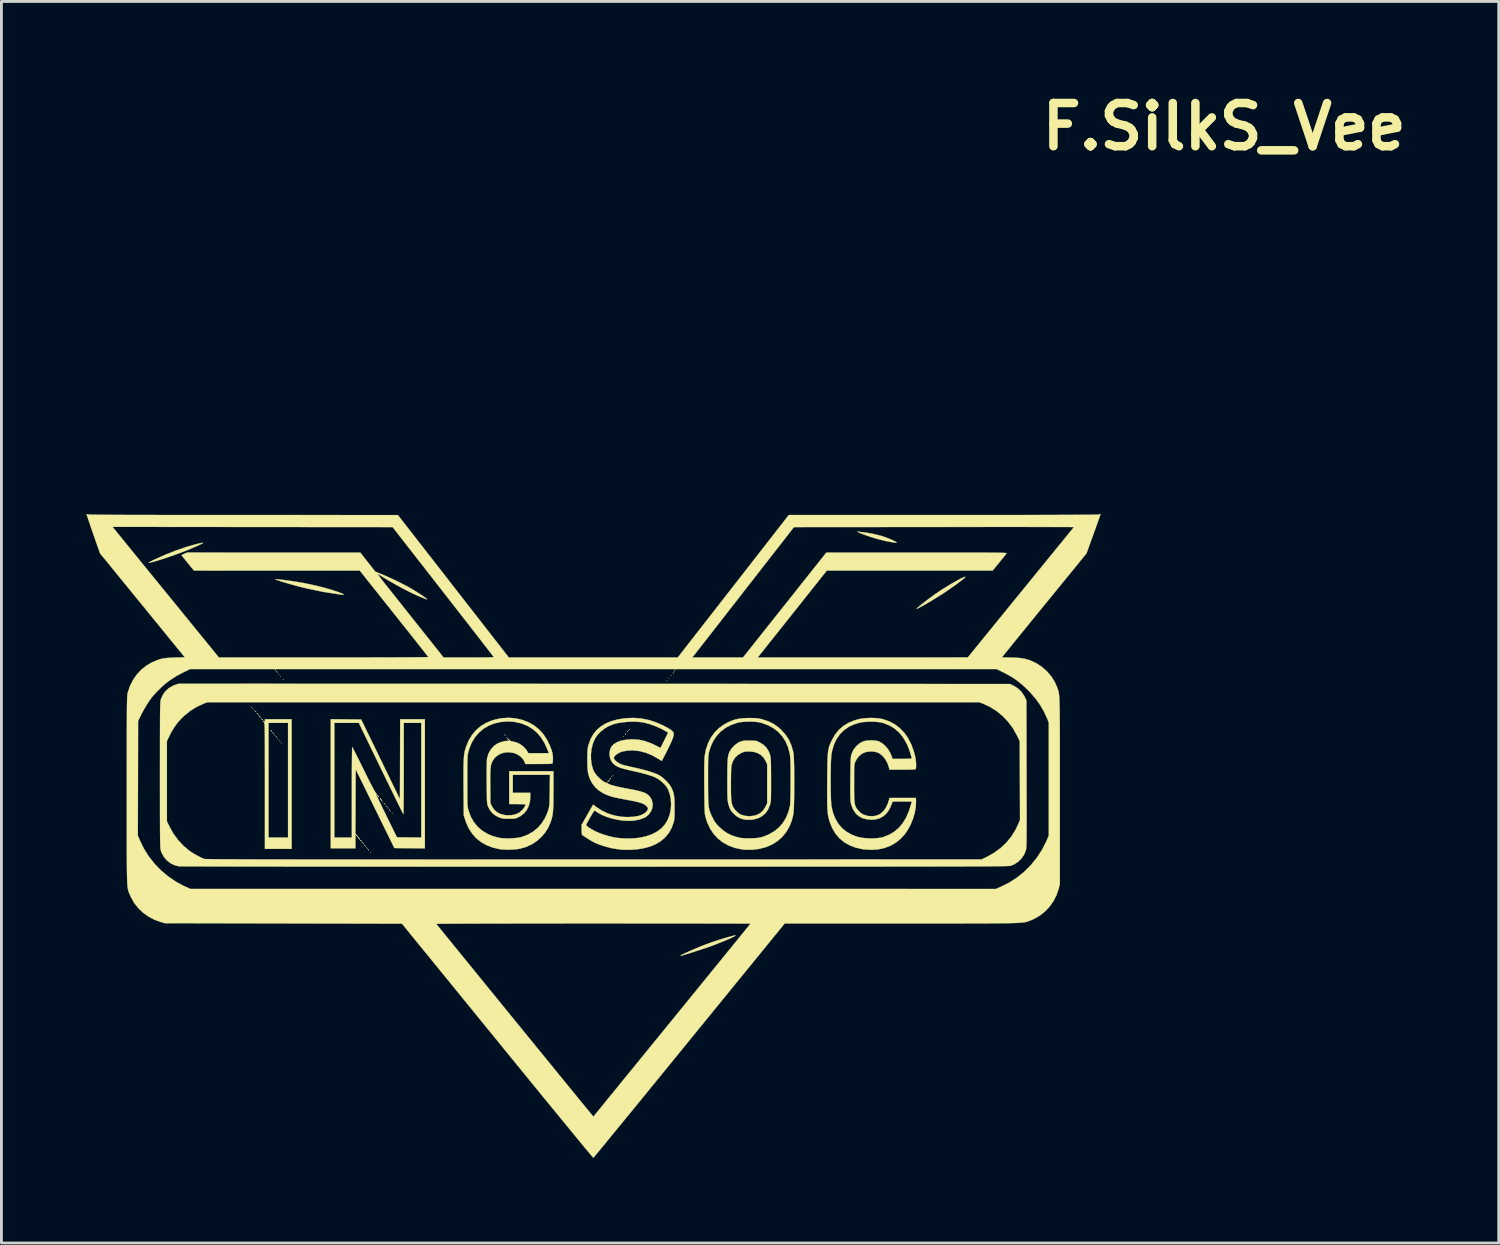
<source format=kicad_pcb>
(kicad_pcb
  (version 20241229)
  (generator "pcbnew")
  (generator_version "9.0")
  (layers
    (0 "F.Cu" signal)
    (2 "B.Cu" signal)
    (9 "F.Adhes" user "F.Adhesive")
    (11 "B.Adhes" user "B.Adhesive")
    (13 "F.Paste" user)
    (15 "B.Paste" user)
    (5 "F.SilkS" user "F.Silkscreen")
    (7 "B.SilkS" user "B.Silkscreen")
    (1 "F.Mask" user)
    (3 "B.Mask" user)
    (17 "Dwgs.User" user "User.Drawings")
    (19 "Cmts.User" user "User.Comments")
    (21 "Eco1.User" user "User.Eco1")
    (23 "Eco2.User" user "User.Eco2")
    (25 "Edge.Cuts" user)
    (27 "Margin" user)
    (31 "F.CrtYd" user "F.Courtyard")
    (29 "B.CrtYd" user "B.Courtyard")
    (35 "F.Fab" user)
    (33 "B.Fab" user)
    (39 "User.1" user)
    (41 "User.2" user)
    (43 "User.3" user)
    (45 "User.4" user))
  (footprint "F.SilkS_Vee"
    (layer "F.Cu")
    (at 40.13 1.418)
    (property "Reference" "F.SilkS_Vee" (at 0 0 0) (layer "F.SilkS") (effects (font (size 1.524 1.524) (thickness 0.3))))
    (attr through_hole)
    (fp_poly (pts (xy -34.29 20.474) (xy -34.299 20.483) (xy -34.308 20.474) (xy -34.299 20.465) (xy -34.29 20.474)) (stroke (width 0.01) (type solid)) (fill yes) (layer "F.SilkS"))
    (fp_poly (pts (xy -34.254 20.511) (xy -34.263 20.52) (xy -34.272 20.511) (xy -34.263 20.501) (xy -34.254 20.511)) (stroke (width 0.01) (type solid)) (fill yes) (layer "F.SilkS"))
    (fp_poly (pts (xy -34.199 20.583) (xy -34.208 20.592) (xy -34.217 20.583) (xy -34.208 20.574) (xy -34.199 20.583)) (stroke (width 0.01) (type solid)) (fill yes) (layer "F.SilkS"))
    (fp_poly (pts (xy -34.054 20.746) (xy -34.063 20.755) (xy -34.072 20.746) (xy -34.063 20.737) (xy -34.054 20.746)) (stroke (width 0.01) (type solid)) (fill yes) (layer "F.SilkS"))
    (fp_poly (pts (xy -33.963 20.855) (xy -33.972 20.864) (xy -33.982 20.855) (xy -33.972 20.846) (xy -33.963 20.855)) (stroke (width 0.01) (type solid)) (fill yes) (layer "F.SilkS"))
    (fp_poly (pts (xy -33.564 21.363) (xy -33.573 21.372) (xy -33.582 21.363) (xy -33.573 21.354) (xy -33.564 21.363)) (stroke (width 0.01) (type solid)) (fill yes) (layer "F.SilkS"))
    (fp_poly (pts (xy -33.474 21.472) (xy -33.483 21.481) (xy -33.492 21.472) (xy -33.483 21.463) (xy -33.474 21.472)) (stroke (width 0.01) (type solid)) (fill yes) (layer "F.SilkS"))
    (fp_poly (pts (xy -33.383 19.259) (xy -33.392 19.268) (xy -33.401 19.259) (xy -33.392 19.25) (xy -33.383 19.259)) (stroke (width 0.01) (type solid)) (fill yes) (layer "F.SilkS"))
    (fp_poly (pts (xy -33.383 21.581) (xy -33.392 21.59) (xy -33.401 21.581) (xy -33.392 21.572) (xy -33.383 21.581)) (stroke (width 0.01) (type solid)) (fill yes) (layer "F.SilkS"))
    (fp_poly (pts (xy -33.328 19.331) (xy -33.337 19.34) (xy -33.347 19.331) (xy -33.337 19.322) (xy -33.328 19.331)) (stroke (width 0.01) (type solid)) (fill yes) (layer "F.SilkS"))
    (fp_poly (pts (xy -33.328 21.635) (xy -33.337 21.644) (xy -33.347 21.635) (xy -33.337 21.626) (xy -33.328 21.635)) (stroke (width 0.01) (type solid)) (fill yes) (layer "F.SilkS"))
    (fp_poly (pts (xy -33.292 21.69) (xy -33.301 21.699) (xy -33.31 21.69) (xy -33.301 21.681) (xy -33.292 21.69)) (stroke (width 0.01) (type solid)) (fill yes) (layer "F.SilkS"))
    (fp_poly (pts (xy -33.274 19.386) (xy -33.283 19.395) (xy -33.292 19.386) (xy -33.283 19.377) (xy -33.274 19.386)) (stroke (width 0.01) (type solid)) (fill yes) (layer "F.SilkS"))
    (fp_poly (pts (xy -33.238 21.744) (xy -33.247 21.753) (xy -33.256 21.744) (xy -33.247 21.735) (xy -33.238 21.744)) (stroke (width 0.01) (type solid)) (fill yes) (layer "F.SilkS"))
    (fp_poly (pts (xy -33.183 19.494) (xy -33.192 19.504) (xy -33.201 19.494) (xy -33.192 19.485) (xy -33.183 19.494)) (stroke (width 0.01) (type solid)) (fill yes) (layer "F.SilkS"))
    (fp_poly (pts (xy -30.28 25.391) (xy -30.29 25.4) (xy -30.299 25.391) (xy -30.29 25.382) (xy -30.28 25.391)) (stroke (width 0.01) (type solid)) (fill yes) (layer "F.SilkS"))
    (fp_poly (pts (xy -30.244 25.427) (xy -30.253 25.436) (xy -30.262 25.427) (xy -30.253 25.418) (xy -30.244 25.427)) (stroke (width 0.01) (type solid)) (fill yes) (layer "F.SilkS"))
    (fp_poly (pts (xy -30.208 25.463) (xy -30.217 25.473) (xy -30.226 25.463) (xy -30.217 25.454) (xy -30.208 25.463)) (stroke (width 0.01) (type solid)) (fill yes) (layer "F.SilkS"))
    (fp_poly (pts (xy -30.099 25.609) (xy -30.108 25.618) (xy -30.117 25.609) (xy -30.108 25.6) (xy -30.099 25.609)) (stroke (width 0.01) (type solid)) (fill yes) (layer "F.SilkS"))
    (fp_poly (pts (xy -29.664 23.812) (xy -29.673 23.822) (xy -29.682 23.812) (xy -29.673 23.803) (xy -29.664 23.812)) (stroke (width 0.01) (type solid)) (fill yes) (layer "F.SilkS"))
    (fp_poly (pts (xy -29.573 23.921) (xy -29.582 23.93) (xy -29.591 23.921) (xy -29.582 23.912) (xy -29.573 23.921)) (stroke (width 0.01) (type solid)) (fill yes) (layer "F.SilkS"))
    (fp_poly (pts (xy -29.41 24.139) (xy -29.419 24.148) (xy -29.428 24.139) (xy -29.419 24.13) (xy -29.41 24.139)) (stroke (width 0.01) (type solid)) (fill yes) (layer "F.SilkS"))
    (fp_poly (pts (xy -29.337 24.212) (xy -29.346 24.221) (xy -29.355 24.212) (xy -29.346 24.203) (xy -29.337 24.212)) (stroke (width 0.01) (type solid)) (fill yes) (layer "F.SilkS"))
    (fp_poly (pts (xy -25.382 21.436) (xy -25.391 21.445) (xy -25.4 21.436) (xy -25.391 21.427) (xy -25.382 21.436)) (stroke (width 0.01) (type solid)) (fill yes) (layer "F.SilkS"))
    (fp_poly (pts (xy -25.346 21.472) (xy -25.355 21.481) (xy -25.364 21.472) (xy -25.355 21.463) (xy -25.346 21.472)) (stroke (width 0.01) (type solid)) (fill yes) (layer "F.SilkS"))
    (fp_poly (pts (xy -25.291 21.545) (xy -25.3 21.554) (xy -25.309 21.545) (xy -25.3 21.536) (xy -25.291 21.545)) (stroke (width 0.01) (type solid)) (fill yes) (layer "F.SilkS"))
    (fp_poly (pts (xy -21.59 22.924) (xy -21.599 22.933) (xy -21.608 22.924) (xy -21.599 22.914) (xy -21.59 22.924)) (stroke (width 0.01) (type solid)) (fill yes) (layer "F.SilkS"))
    (fp_poly (pts (xy -21.554 22.887) (xy -21.563 22.896) (xy -21.572 22.887) (xy -21.563 22.878) (xy -21.554 22.887)) (stroke (width 0.01) (type solid)) (fill yes) (layer "F.SilkS"))
    (fp_poly (pts (xy -21.173 21.508) (xy -21.182 21.517) (xy -21.191 21.508) (xy -21.182 21.499) (xy -21.173 21.508)) (stroke (width 0.01) (type solid)) (fill yes) (layer "F.SilkS"))
    (fp_poly (pts (xy -21.009 21.291) (xy -21.018 21.3) (xy -21.028 21.291) (xy -21.018 21.282) (xy -21.009 21.291)) (stroke (width 0.01) (type solid)) (fill yes) (layer "F.SilkS"))
    (fp_poly (pts (xy -20.973 21.254) (xy -20.982 21.263) (xy -20.991 21.254) (xy -20.982 21.245) (xy -20.973 21.254)) (stroke (width 0.01) (type solid)) (fill yes) (layer "F.SilkS"))
    (fp_poly (pts (xy -19.649 19.549) (xy -19.658 19.558) (xy -19.667 19.549) (xy -19.658 19.54) (xy -19.649 19.549)) (stroke (width 0.01) (type solid)) (fill yes) (layer "F.SilkS"))
    (fp_poly (pts (xy -19.576 19.458) (xy -19.585 19.467) (xy -19.594 19.458) (xy -19.585 19.449) (xy -19.576 19.458)) (stroke (width 0.01) (type solid)) (fill yes) (layer "F.SilkS"))
    (fp_poly (pts (xy -19.504 19.367) (xy -19.513 19.377) (xy -19.522 19.367) (xy -19.513 19.358) (xy -19.504 19.367)) (stroke (width 0.01) (type solid)) (fill yes) (layer "F.SilkS"))
    (fp_poly (pts (xy -19.431 19.277) (xy -19.44 19.286) (xy -19.449 19.277) (xy -19.44 19.268) (xy -19.431 19.277)) (stroke (width 0.01) (type solid)) (fill yes) (layer "F.SilkS"))
    (fp_poly (pts (xy -19.413 19.241) (xy -19.422 19.25) (xy -19.431 19.241) (xy -19.422 19.231) (xy -19.413 19.241)) (stroke (width 0.01) (type solid)) (fill yes) (layer "F.SilkS"))
    (fp_poly (pts (xy -19.34 19.15) (xy -19.349 19.159) (xy -19.358 19.15) (xy -19.349 19.141) (xy -19.34 19.15)) (stroke (width 0.01) (type solid)) (fill yes) (layer "F.SilkS"))
    (fp_poly (pts (xy -33.407 19.219) (xy -33.41 19.23) (xy -33.419 19.231) (xy -33.434 19.225) (xy -33.431 19.219) (xy -33.41 19.217) (xy -33.407 19.219)) (stroke (width 0.01) (type solid)) (fill yes) (layer "F.SilkS"))
    (fp_poly (pts (xy -30.359 25.279) (xy -30.362 25.29) (xy -30.371 25.291) (xy -30.386 25.285) (xy -30.383 25.279) (xy -30.362 25.277) (xy -30.359 25.279)) (stroke (width 0.01) (type solid)) (fill yes) (layer "F.SilkS"))
    (fp_poly (pts (xy -29.488 24.027) (xy -29.491 24.038) (xy -29.5 24.039) (xy -29.515 24.033) (xy -29.512 24.027) (xy -29.491 24.025) (xy -29.488 24.027)) (stroke (width 0.01) (type solid)) (fill yes) (layer "F.SilkS"))
    (fp_poly (pts (xy -21.052 21.324) (xy -21.05 21.345) (xy -21.052 21.348) (xy -21.063 21.346) (xy -21.064 21.336) (xy -21.057 21.321) (xy -21.052 21.324)) (stroke (width 0.01) (type solid)) (fill yes) (layer "F.SilkS"))
    (fp_poly (pts (xy -19.383 19.183) (xy -19.38 19.205) (xy -19.383 19.207) (xy -19.393 19.205) (xy -19.395 19.195) (xy -19.388 19.18) (xy -19.383 19.183)) (stroke (width 0.01) (type solid)) (fill yes) (layer "F.SilkS"))
    (fp_poly (pts (xy -34.166 20.618) (xy -34.146 20.636) (xy -34.15 20.646) (xy -34.153 20.647) (xy -34.168 20.634) (xy -34.174 20.626) (xy -34.176 20.613) (xy -34.166 20.618)) (stroke (width 0.01) (type solid)) (fill yes) (layer "F.SilkS"))
    (fp_poly (pts (xy -34.111 20.69) (xy -34.092 20.708) (xy -34.096 20.719) (xy -34.098 20.719) (xy -34.114 20.706) (xy -34.119 20.698) (xy -34.122 20.686) (xy -34.111 20.69)) (stroke (width 0.01) (type solid)) (fill yes) (layer "F.SilkS"))
    (fp_poly (pts (xy -33.531 21.398) (xy -33.511 21.416) (xy -33.515 21.427) (xy -33.518 21.427) (xy -33.533 21.414) (xy -33.539 21.406) (xy -33.541 21.393) (xy -33.531 21.398)) (stroke (width 0.01) (type solid)) (fill yes) (layer "F.SilkS"))
    (fp_poly (pts (xy -33.476 19.148) (xy -33.457 19.166) (xy -33.461 19.177) (xy -33.463 19.177) (xy -33.479 19.164) (xy -33.484 19.156) (xy -33.487 19.144) (xy -33.476 19.148)) (stroke (width 0.01) (type solid)) (fill yes) (layer "F.SilkS"))
    (fp_poly (pts (xy -33.44 21.507) (xy -33.421 21.525) (xy -33.425 21.535) (xy -33.427 21.536) (xy -33.442 21.523) (xy -33.448 21.515) (xy -33.45 21.502) (xy -33.44 21.507)) (stroke (width 0.01) (type solid)) (fill yes) (layer "F.SilkS"))
    (fp_poly (pts (xy -30.41 25.226) (xy -30.391 25.244) (xy -30.395 25.255) (xy -30.397 25.255) (xy -30.413 25.242) (xy -30.418 25.234) (xy -30.42 25.221) (xy -30.41 25.226)) (stroke (width 0.01) (type solid)) (fill yes) (layer "F.SilkS"))
    (fp_poly (pts (xy -30.32 25.335) (xy -30.3 25.353) (xy -30.304 25.364) (xy -30.307 25.364) (xy -30.322 25.351) (xy -30.328 25.343) (xy -30.33 25.33) (xy -30.32 25.335)) (stroke (width 0.01) (type solid)) (fill yes) (layer "F.SilkS"))
    (fp_poly (pts (xy -30.193 25.498) (xy -30.173 25.516) (xy -30.177 25.527) (xy -30.18 25.527) (xy -30.195 25.514) (xy -30.201 25.506) (xy -30.203 25.494) (xy -30.193 25.498)) (stroke (width 0.01) (type solid)) (fill yes) (layer "F.SilkS"))
    (fp_poly (pts (xy -29.63 23.865) (xy -29.611 23.883) (xy -29.615 23.894) (xy -29.617 23.894) (xy -29.632 23.881) (xy -29.638 23.873) (xy -29.64 23.861) (xy -29.63 23.865)) (stroke (width 0.01) (type solid)) (fill yes) (layer "F.SilkS"))
    (fp_poly (pts (xy -29.539 23.974) (xy -29.52 23.992) (xy -29.524 24.003) (xy -29.526 24.003) (xy -29.542 23.99) (xy -29.547 23.982) (xy -29.55 23.97) (xy -29.539 23.974)) (stroke (width 0.01) (type solid)) (fill yes) (layer "F.SilkS"))
    (fp_poly (pts (xy -29.449 24.083) (xy -29.429 24.101) (xy -29.433 24.112) (xy -29.436 24.112) (xy -29.451 24.099) (xy -29.457 24.091) (xy -29.459 24.078) (xy -29.449 24.083)) (stroke (width 0.01) (type solid)) (fill yes) (layer "F.SilkS"))
    (fp_poly (pts (xy -34.045 20.779) (xy -34.031 20.789) (xy -34.003 20.816) (xy -34.003 20.828) (xy -34.007 20.828) (xy -34.022 20.816) (xy -34.038 20.796) (xy -34.054 20.775) (xy -34.045 20.779)) (stroke (width 0.01) (type solid)) (fill yes) (layer "F.SilkS"))
    (fp_poly (pts (xy -33.954 20.888) (xy -33.941 20.898) (xy -33.916 20.921) (xy -33.909 20.93) (xy -33.918 20.935) (xy -33.942 20.912) (xy -33.948 20.905) (xy -33.963 20.884) (xy -33.954 20.888)) (stroke (width 0.01) (type solid)) (fill yes) (layer "F.SilkS"))
    (fp_poly (pts (xy -33.627 21.287) (xy -33.614 21.297) (xy -33.586 21.324) (xy -33.586 21.336) (xy -33.589 21.336) (xy -33.604 21.324) (xy -33.621 21.304) (xy -33.637 21.283) (xy -33.627 21.287)) (stroke (width 0.01) (type solid)) (fill yes) (layer "F.SilkS"))
    (fp_poly (pts (xy -30.438 25.177) (xy -30.435 25.182) (xy -30.435 25.199) (xy -30.442 25.2) (xy -30.467 25.187) (xy -30.471 25.182) (xy -30.47 25.166) (xy -30.464 25.164) (xy -30.438 25.177)) (stroke (width 0.01) (type solid)) (fill yes) (layer "F.SilkS"))
    (fp_poly (pts (xy -29.844 23.599) (xy -29.818 23.629) (xy -29.811 23.649) (xy -29.812 23.649) (xy -29.827 23.643) (xy -29.851 23.614) (xy -29.854 23.609) (xy -29.886 23.558) (xy -29.844 23.599)) (stroke (width 0.01) (type solid)) (fill yes) (layer "F.SilkS"))
    (fp_poly (pts (xy -21.688 23.053) (xy -21.708 23.078) (xy -21.735 23.105) (xy -21.75 23.114) (xy -21.746 23.103) (xy -21.726 23.078) (xy -21.699 23.051) (xy -21.684 23.041) (xy -21.688 23.053)) (stroke (width 0.01) (type solid)) (fill yes) (layer "F.SilkS"))
    (fp_poly (pts (xy -21.632 22.978) (xy -21.642 22.992) (xy -21.669 23.02) (xy -21.68 23.02) (xy -21.681 23.016) (xy -21.668 23.001) (xy -21.649 22.985) (xy -21.627 22.969) (xy -21.632 22.978)) (stroke (width 0.01) (type solid)) (fill yes) (layer "F.SilkS"))
    (fp_poly (pts (xy -21.106 21.42) (xy -21.109 21.427) (xy -21.126 21.444) (xy -21.129 21.445) (xy -21.131 21.433) (xy -21.127 21.427) (xy -21.11 21.409) (xy -21.107 21.409) (xy -21.106 21.42)) (stroke (width 0.01) (type solid)) (fill yes) (layer "F.SilkS"))
    (fp_poly (pts (xy -29.766 23.693) (xy -29.74 23.72) (xy -29.717 23.752) (xy -29.704 23.777) (xy -29.707 23.785) (xy -29.722 23.772) (xy -29.748 23.739) (xy -29.757 23.726) (xy -29.779 23.692) (xy -29.778 23.685) (xy -29.766 23.693)) (stroke (width 0.01) (type solid)) (fill yes) (layer "F.SilkS"))
    (fp_poly (pts (xy -36.022 14.679) (xy -36.028 14.691) (xy -36.068 14.715) (xy -36.14 14.75) (xy -36.245 14.797) (xy -36.384 14.857) (xy -36.453 14.887) (xy -36.577 14.938) (xy -36.715 14.992) (xy -36.864 15.047) (xy -37.018 15.103) (xy -37.174 15.158) (xy -37.327 15.21) (xy -37.473 15.258) (xy -37.606 15.3) (xy -37.724 15.335) (xy -37.82 15.362) (xy -37.892 15.379) (xy -37.935 15.384) (xy -37.935 15.384) (xy -37.93 15.376) (xy -37.897 15.355) (xy -37.841 15.325) (xy -37.767 15.287) (xy -37.728 15.268) (xy -37.359 15.102) (xy -36.979 14.952) (xy -36.601 14.823) (xy -36.313 14.74) (xy -36.193 14.709) (xy -36.104 14.689) (xy -36.047 14.678) (xy -36.022 14.679)) (stroke (width 0.01) (type solid)) (fill yes) (layer "F.SilkS"))
    (fp_poly (pts (xy -33.41 15.966) (xy -33.339 15.971) (xy -33.25 15.98) (xy -33.188 15.987) (xy -32.822 16.037) (xy -32.458 16.099) (xy -32.103 16.173) (xy -31.765 16.256) (xy -31.453 16.347) (xy -31.342 16.383) (xy -31.218 16.426) (xy -31.129 16.46) (xy -31.074 16.484) (xy -31.051 16.5) (xy -31.061 16.507) (xy -31.102 16.507) (xy -31.174 16.501) (xy -31.197 16.498) (xy -31.754 16.413) (xy -32.317 16.297) (xy -32.566 16.237) (xy -32.679 16.208) (xy -32.8 16.175) (xy -32.924 16.14) (xy -33.047 16.105) (xy -33.163 16.07) (xy -33.268 16.038) (xy -33.356 16.01) (xy -33.423 15.988) (xy -33.463 15.972) (xy -33.474 15.966) (xy -33.457 15.964) (xy -33.41 15.966)) (stroke (width 0.01) (type solid)) (fill yes) (layer "F.SilkS"))
    (fp_poly (pts (xy -12.911 14.283) (xy -12.9 14.285) (xy -12.858 14.292) (xy -12.795 14.3) (xy -12.736 14.306) (xy -12.629 14.319) (xy -12.5 14.341) (xy -12.361 14.369) (xy -12.224 14.4) (xy -12.104 14.432) (xy -12.038 14.452) (xy -11.952 14.482) (xy -11.862 14.516) (xy -11.772 14.553) (xy -11.691 14.588) (xy -11.624 14.62) (xy -11.577 14.645) (xy -11.557 14.66) (xy -11.557 14.661) (xy -11.558 14.67) (xy -11.566 14.674) (xy -11.587 14.674) (xy -11.626 14.67) (xy -11.691 14.66) (xy -11.763 14.649) (xy -11.912 14.621) (xy -12.083 14.581) (xy -12.268 14.531) (xy -12.454 14.475) (xy -12.634 14.414) (xy -12.657 14.406) (xy -12.76 14.367) (xy -12.842 14.334) (xy -12.901 14.308) (xy -12.934 14.29) (xy -12.938 14.281) (xy -12.911 14.283)) (stroke (width 0.01) (type solid)) (fill yes) (layer "F.SilkS"))
    (fp_poly (pts (xy -32.893 25.473) (xy -33.836 25.473) (xy -33.836 23.253) (xy -33.836 22.923) (xy -33.836 22.628) (xy -33.837 22.365) (xy -33.837 22.132) (xy -33.837 21.928) (xy -33.838 21.751) (xy -33.838 21.599) (xy -33.839 21.469) (xy -33.84 21.36) (xy -33.842 21.271) (xy -33.844 21.198) (xy -33.846 21.14) (xy -33.848 21.096) (xy -33.851 21.063) (xy -33.855 21.039) (xy -33.857 21.028) (xy -33.709 21.028) (xy -33.709 25.073) (xy -33.02 25.073) (xy -33.02 21.028) (xy -33.709 21.028) (xy -33.857 21.028) (xy -33.858 21.023) (xy -33.863 21.013) (xy -33.868 21.006) (xy -33.873 21) (xy -33.896 20.973) (xy -33.9 20.958) (xy -33.883 20.963) (xy -33.864 20.984) (xy -33.846 21.004) (xy -33.839 20.998) (xy -33.837 20.96) (xy -33.836 20.901) (xy -32.893 20.901) (xy -32.893 25.473)) (stroke (width 0.01) (type solid)) (fill yes) (layer "F.SilkS"))
    (fp_poly (pts (xy -9.13 15.879) (xy -9.135 15.892) (xy -9.157 15.916) (xy -9.205 15.956) (xy -9.274 16.01) (xy -9.36 16.075) (xy -9.457 16.147) (xy -9.562 16.223) (xy -9.671 16.299) (xy -9.778 16.373) (xy -9.829 16.408) (xy -9.936 16.478) (xy -10.051 16.551) (xy -10.171 16.626) (xy -10.293 16.701) (xy -10.411 16.771) (xy -10.523 16.837) (xy -10.625 16.895) (xy -10.712 16.942) (xy -10.781 16.978) (xy -10.828 16.999) (xy -10.849 17.004) (xy -10.849 17.002) (xy -10.836 16.985) (xy -10.797 16.95) (xy -10.737 16.9) (xy -10.662 16.839) (xy -10.574 16.771) (xy -10.479 16.698) (xy -10.381 16.624) (xy -10.284 16.553) (xy -10.193 16.487) (xy -10.182 16.479) (xy -9.933 16.313) (xy -9.67 16.151) (xy -9.411 16.004) (xy -9.36 15.976) (xy -9.261 15.925) (xy -9.19 15.892) (xy -9.148 15.877) (xy -9.13 15.879)) (stroke (width 0.01) (type solid)) (fill yes) (layer "F.SilkS"))
    (fp_poly (pts (xy -17.235 28.53) (xy -17.254 28.545) (xy -17.297 28.57) (xy -17.363 28.602) (xy -17.449 28.642) (xy -17.551 28.686) (xy -17.667 28.735) (xy -17.793 28.786) (xy -17.927 28.838) (xy -18.067 28.891) (xy -18.165 28.927) (xy -18.233 28.951) (xy -18.322 28.981) (xy -18.426 29.015) (xy -18.54 29.052) (xy -18.658 29.09) (xy -18.776 29.128) (xy -18.888 29.163) (xy -18.988 29.194) (xy -19.072 29.219) (xy -19.133 29.237) (xy -19.167 29.246) (xy -19.172 29.246) (xy -19.173 29.237) (xy -19.166 29.228) (xy -19.143 29.214) (xy -19.092 29.189) (xy -19.018 29.154) (xy -18.927 29.113) (xy -18.825 29.067) (xy -18.716 29.02) (xy -18.606 28.973) (xy -18.501 28.929) (xy -18.424 28.898) (xy -18.253 28.832) (xy -18.066 28.765) (xy -17.871 28.7) (xy -17.679 28.639) (xy -17.497 28.586) (xy -17.336 28.543) (xy -17.286 28.531) (xy -17.245 28.525) (xy -17.235 28.53)) (stroke (width 0.01) (type solid)) (fill yes) (layer "F.SilkS"))
    (fp_poly (pts (xy -30.44 20.91) (xy -29.757 22.316) (xy -29.074 23.723) (xy -29.069 22.312) (xy -29.065 20.901) (xy -28.194 20.901) (xy -28.194 25.455) (xy -28.732 25.45) (xy -29.27 25.445) (xy -29.952 24.056) (xy -30.634 22.667) (xy -30.639 23.8) (xy -30.644 24.933) (xy -30.577 25.017) (xy -30.528 25.078) (xy -30.499 25.116) (xy -30.484 25.136) (xy -30.482 25.145) (xy -30.485 25.146) (xy -30.501 25.133) (xy -30.531 25.099) (xy -30.569 25.053) (xy -30.643 24.96) (xy -30.643 25.454) (xy -31.514 25.454) (xy -31.514 21.028) (xy -31.387 21.028) (xy -31.387 25.073) (xy -30.77 25.073) (xy -30.77 23.477) (xy -30.77 23.24) (xy -30.77 23.013) (xy -30.769 22.8) (xy -30.768 22.602) (xy -30.767 22.423) (xy -30.766 22.265) (xy -30.764 22.131) (xy -30.762 22.022) (xy -30.76 21.943) (xy -30.759 21.895) (xy -30.757 21.88) (xy -30.746 21.896) (xy -30.722 21.942) (xy -30.684 22.013) (xy -30.636 22.108) (xy -30.579 22.222) (xy -30.513 22.353) (xy -30.442 22.498) (xy -30.371 22.643) (xy -30.294 22.8) (xy -30.219 22.95) (xy -30.149 23.088) (xy -30.086 23.211) (xy -30.032 23.315) (xy -29.987 23.397) (xy -29.955 23.453) (xy -29.939 23.477) (xy -29.907 23.517) (xy -29.891 23.544) (xy -29.891 23.549) (xy -29.912 23.537) (xy -29.929 23.518) (xy -29.926 23.527) (xy -29.909 23.566) (xy -29.878 23.631) (xy -29.836 23.721) (xy -29.783 23.831) (xy -29.722 23.958) (xy -29.652 24.101) (xy -29.577 24.255) (xy -29.567 24.275) (xy -29.18 25.064) (xy -28.321 25.074) (xy -28.321 21.028) (xy -28.938 21.028) (xy -28.938 22.643) (xy -28.938 22.882) (xy -28.938 23.109) (xy -28.939 23.324) (xy -28.94 23.522) (xy -28.941 23.702) (xy -28.943 23.861) (xy -28.944 23.996) (xy -28.946 24.105) (xy -28.948 24.186) (xy -28.95 24.235) (xy -28.952 24.25) (xy -28.962 24.233) (xy -28.987 24.185) (xy -29.025 24.109) (xy -29.075 24.007) (xy -29.137 23.882) (xy -29.21 23.735) (xy -29.291 23.568) (xy -29.381 23.384) (xy -29.478 23.186) (xy -29.581 22.974) (xy -29.689 22.753) (xy -29.746 22.635) (xy -30.525 21.028) (xy -30.956 21.028) (xy -31.387 21.028) (xy -31.514 21.028) (xy -31.514 20.9) (xy -30.44 20.91)) (stroke (width 0.01) (type solid)) (fill yes) (layer "F.SilkS"))
    (fp_poly (pts (xy -16.65 21.654) (xy -16.581 21.657) (xy -16.529 21.662) (xy -16.485 21.673) (xy -16.441 21.691) (xy -16.398 21.711) (xy -16.26 21.795) (xy -16.148 21.903) (xy -16.065 22.035) (xy -16.012 22.179) (xy -16.005 22.212) (xy -15.999 22.253) (xy -15.994 22.307) (xy -15.991 22.375) (xy -15.988 22.462) (xy -15.986 22.572) (xy -15.985 22.708) (xy -15.984 22.874) (xy -15.984 23.044) (xy -15.984 23.23) (xy -15.984 23.383) (xy -15.985 23.507) (xy -15.986 23.607) (xy -15.988 23.686) (xy -15.991 23.748) (xy -15.995 23.797) (xy -16 23.836) (xy -16.007 23.87) (xy -16.016 23.902) (xy -16.027 23.936) (xy -16.029 23.943) (xy -16.094 24.094) (xy -16.185 24.22) (xy -16.301 24.32) (xy -16.438 24.392) (xy -16.598 24.436) (xy -16.707 24.448) (xy -16.796 24.449) (xy -16.885 24.443) (xy -16.945 24.433) (xy -17.087 24.388) (xy -17.206 24.319) (xy -17.308 24.226) (xy -17.37 24.155) (xy -17.414 24.093) (xy -17.446 24.028) (xy -17.473 23.947) (xy -17.491 23.881) (xy -17.5 23.843) (xy -17.507 23.804) (xy -17.513 23.76) (xy -17.517 23.706) (xy -17.521 23.64) (xy -17.523 23.556) (xy -17.525 23.45) (xy -17.525 23.32) (xy -17.526 23.177) (xy -17.399 23.177) (xy -17.399 23.356) (xy -17.397 23.503) (xy -17.394 23.622) (xy -17.388 23.718) (xy -17.38 23.796) (xy -17.369 23.859) (xy -17.355 23.913) (xy -17.337 23.961) (xy -17.317 24.004) (xy -17.267 24.079) (xy -17.198 24.156) (xy -17.121 24.222) (xy -17.047 24.267) (xy -17.041 24.269) (xy -16.898 24.31) (xy -16.744 24.323) (xy -16.59 24.305) (xy -16.49 24.276) (xy -16.368 24.214) (xy -16.269 24.126) (xy -16.19 24.009) (xy -16.18 23.989) (xy -16.12 23.868) (xy -16.12 22.488) (xy -16.169 22.384) (xy -16.245 22.258) (xy -16.344 22.16) (xy -16.464 22.091) (xy -16.606 22.05) (xy -16.755 22.038) (xy -16.842 22.039) (xy -16.905 22.045) (xy -16.96 22.059) (xy -17.019 22.083) (xy -17.027 22.087) (xy -17.157 22.164) (xy -17.259 22.264) (xy -17.333 22.388) (xy -17.379 22.53) (xy -17.385 22.579) (xy -17.39 22.661) (xy -17.394 22.773) (xy -17.397 22.91) (xy -17.399 23.07) (xy -17.399 23.177) (xy -17.526 23.177) (xy -17.526 23.159) (xy -17.526 23.034) (xy -17.525 22.834) (xy -17.524 22.667) (xy -17.522 22.528) (xy -17.518 22.414) (xy -17.512 22.321) (xy -17.504 22.245) (xy -17.493 22.183) (xy -17.478 22.129) (xy -17.461 22.081) (xy -17.439 22.035) (xy -17.422 22.003) (xy -17.354 21.906) (xy -17.263 21.815) (xy -17.16 21.739) (xy -17.077 21.696) (xy -17.026 21.678) (xy -16.976 21.665) (xy -16.917 21.658) (xy -16.84 21.655) (xy -16.746 21.654) (xy -16.65 21.654)) (stroke (width 0.01) (type solid)) (fill yes) (layer "F.SilkS"))
    (fp_poly (pts (xy -16.629 20.86) (xy -16.538 20.863) (xy -16.463 20.87) (xy -16.395 20.881) (xy -16.324 20.897) (xy -16.288 20.906) (xy -16.075 20.977) (xy -15.886 21.071) (xy -15.716 21.193) (xy -15.619 21.281) (xy -15.469 21.451) (xy -15.352 21.631) (xy -15.264 21.827) (xy -15.204 22.043) (xy -15.193 22.098) (xy -15.186 22.155) (xy -15.181 22.243) (xy -15.176 22.358) (xy -15.172 22.496) (xy -15.169 22.652) (xy -15.167 22.821) (xy -15.166 23) (xy -15.166 23.182) (xy -15.167 23.365) (xy -15.168 23.542) (xy -15.17 23.71) (xy -15.174 23.864) (xy -15.178 24) (xy -15.183 24.112) (xy -15.189 24.197) (xy -15.195 24.244) (xy -15.252 24.478) (xy -15.338 24.692) (xy -15.453 24.885) (xy -15.593 25.055) (xy -15.758 25.201) (xy -15.947 25.32) (xy -16.158 25.41) (xy -16.174 25.416) (xy -16.406 25.475) (xy -16.649 25.504) (xy -16.894 25.503) (xy -17.026 25.489) (xy -17.265 25.437) (xy -17.484 25.356) (xy -17.682 25.246) (xy -17.857 25.109) (xy -18.008 24.946) (xy -18.134 24.757) (xy -18.233 24.545) (xy -18.291 24.363) (xy -18.3 24.327) (xy -18.307 24.292) (xy -18.314 24.253) (xy -18.319 24.209) (xy -18.323 24.154) (xy -18.326 24.086) (xy -18.329 24.001) (xy -18.331 23.895) (xy -18.333 23.766) (xy -18.335 23.61) (xy -18.337 23.422) (xy -18.338 23.295) (xy -18.339 23.047) (xy -18.34 22.938) (xy -18.206 22.938) (xy -18.206 23.06) (xy -18.206 23.274) (xy -18.205 23.456) (xy -18.203 23.61) (xy -18.2 23.739) (xy -18.195 23.846) (xy -18.188 23.937) (xy -18.178 24.013) (xy -18.164 24.081) (xy -18.147 24.142) (xy -18.125 24.201) (xy -18.099 24.263) (xy -18.067 24.329) (xy -18.04 24.384) (xy -17.993 24.474) (xy -17.946 24.547) (xy -17.891 24.616) (xy -17.817 24.693) (xy -17.809 24.701) (xy -17.669 24.825) (xy -17.526 24.922) (xy -17.37 24.998) (xy -17.192 25.056) (xy -17.074 25.084) (xy -16.986 25.096) (xy -16.873 25.102) (xy -16.745 25.103) (xy -16.614 25.099) (xy -16.49 25.09) (xy -16.384 25.076) (xy -16.329 25.064) (xy -16.258 25.042) (xy -16.17 25.009) (xy -16.08 24.97) (xy -16.047 24.955) (xy -15.86 24.846) (xy -15.698 24.711) (xy -15.561 24.55) (xy -15.45 24.366) (xy -15.367 24.159) (xy -15.313 23.941) (xy -15.309 23.896) (xy -15.305 23.817) (xy -15.301 23.71) (xy -15.298 23.575) (xy -15.296 23.418) (xy -15.295 23.241) (xy -15.294 23.049) (xy -15.295 22.848) (xy -15.295 22.68) (xy -15.297 22.541) (xy -15.299 22.427) (xy -15.302 22.334) (xy -15.306 22.26) (xy -15.311 22.199) (xy -15.317 22.149) (xy -15.323 22.114) (xy -15.383 21.888) (xy -15.47 21.685) (xy -15.586 21.505) (xy -15.728 21.349) (xy -15.897 21.217) (xy -16.09 21.112) (xy -16.308 21.033) (xy -16.374 21.015) (xy -16.483 20.997) (xy -16.615 20.986) (xy -16.76 20.984) (xy -16.906 20.989) (xy -17.042 21.001) (xy -17.156 21.022) (xy -17.172 21.026) (xy -17.392 21.102) (xy -17.587 21.204) (xy -17.758 21.333) (xy -17.903 21.488) (xy -18.022 21.668) (xy -18.115 21.872) (xy -18.165 22.035) (xy -18.174 22.073) (xy -18.182 22.11) (xy -18.189 22.148) (xy -18.194 22.191) (xy -18.198 22.242) (xy -18.201 22.306) (xy -18.203 22.386) (xy -18.205 22.486) (xy -18.206 22.608) (xy -18.206 22.758) (xy -18.206 22.938) (xy -18.34 22.938) (xy -18.34 22.828) (xy -18.339 22.637) (xy -18.337 22.479) (xy -18.334 22.352) (xy -18.33 22.259) (xy -18.326 22.212) (xy -18.281 21.971) (xy -18.207 21.75) (xy -18.105 21.548) (xy -17.974 21.369) (xy -17.818 21.213) (xy -17.635 21.082) (xy -17.517 21.018) (xy -17.378 20.956) (xy -17.244 20.911) (xy -17.108 20.881) (xy -16.957 20.864) (xy -16.783 20.858) (xy -16.746 20.858) (xy -16.629 20.86)) (stroke (width 0.01) (type solid)) (fill yes) (layer "F.SilkS"))
    (fp_poly (pts (xy -22.22 19.653) (xy -7.555 19.658) (xy -7.418 19.725) (xy -7.272 19.817) (xy -7.149 19.936) (xy -7.053 20.079) (xy -7.034 20.116) (xy -6.976 20.238) (xy -6.971 22.833) (xy -6.97 23.191) (xy -6.97 23.515) (xy -6.969 23.806) (xy -6.969 24.066) (xy -6.969 24.297) (xy -6.969 24.501) (xy -6.969 24.68) (xy -6.97 24.836) (xy -6.97 24.97) (xy -6.971 25.084) (xy -6.973 25.18) (xy -6.974 25.26) (xy -6.976 25.326) (xy -6.978 25.379) (xy -6.981 25.422) (xy -6.984 25.456) (xy -6.988 25.483) (xy -6.991 25.505) (xy -6.996 25.524) (xy -7.001 25.541) (xy -7.003 25.547) (xy -7.063 25.688) (xy -7.154 25.817) (xy -7.269 25.928) (xy -7.403 26.017) (xy -7.518 26.067) (xy -7.524 26.069) (xy -7.533 26.07) (xy -7.546 26.072) (xy -7.562 26.074) (xy -7.583 26.075) (xy -7.61 26.077) (xy -7.643 26.078) (xy -7.682 26.08) (xy -7.73 26.081) (xy -7.786 26.082) (xy -7.851 26.084) (xy -7.925 26.085) (xy -8.011 26.086) (xy -8.108 26.087) (xy -8.217 26.088) (xy -8.339 26.089) (xy -8.474 26.09) (xy -8.624 26.091) (xy -8.789 26.091) (xy -8.97 26.092) (xy -9.167 26.093) (xy -9.381 26.093) (xy -9.614 26.094) (xy -9.866 26.095) (xy -10.137 26.095) (xy -10.428 26.096) (xy -10.74 26.096) (xy -11.074 26.097) (xy -11.431 26.097) (xy -11.81 26.097) (xy -12.214 26.098) (xy -12.642 26.098) (xy -13.096 26.098) (xy -13.576 26.099) (xy -14.084 26.099) (xy -14.618 26.099) (xy -15.181 26.099) (xy -15.774 26.099) (xy -16.396 26.1) (xy -17.049 26.1) (xy -17.733 26.1) (xy -18.45 26.1) (xy -19.199 26.1) (xy -19.982 26.1) (xy -20.799 26.101) (xy -21.651 26.101) (xy -22.189 26.101) (xy -22.943 26.101) (xy -23.685 26.101) (xy -24.417 26.101) (xy -25.135 26.101) (xy -25.84 26.101) (xy -26.531 26.101) (xy -27.207 26.101) (xy -27.867 26.101) (xy -28.51 26.1) (xy -29.136 26.1) (xy -29.744 26.1) (xy -30.333 26.1) (xy -30.902 26.099) (xy -31.45 26.099) (xy -31.977 26.099) (xy -32.481 26.098) (xy -32.963 26.098) (xy -33.42 26.097) (xy -33.853 26.097) (xy -34.261 26.096) (xy -34.642 26.096) (xy -34.996 26.095) (xy -35.322 26.094) (xy -35.62 26.094) (xy -35.888 26.093) (xy -36.125 26.092) (xy -36.332 26.092) (xy -36.506 26.091) (xy -36.648 26.09) (xy -36.757 26.089) (xy -36.831 26.089) (xy -36.87 26.088) (xy -36.875 26.087) (xy -37.031 26.047) (xy -37.174 25.975) (xy -37.299 25.876) (xy -37.402 25.752) (xy -37.48 25.609) (xy -37.503 25.543) (xy -37.508 25.527) (xy -37.512 25.509) (xy -37.516 25.487) (xy -37.52 25.46) (xy -37.523 25.425) (xy -37.525 25.382) (xy -37.528 25.327) (xy -37.53 25.259) (xy -37.531 25.177) (xy -37.533 25.079) (xy -37.534 24.962) (xy -37.535 24.824) (xy -37.536 24.665) (xy -37.536 24.482) (xy -37.537 24.274) (xy -37.537 24.037) (xy -37.537 23.772) (xy -37.538 23.475) (xy -37.538 23.145) (xy -37.538 22.869) (xy -37.538 22.512) (xy -37.537 22.19) (xy -37.537 21.9) (xy -37.537 21.67) (xy -37.293 21.67) (xy -37.293 24.502) (xy -37.209 24.676) (xy -37.068 24.93) (xy -36.899 25.162) (xy -36.705 25.37) (xy -36.515 25.53) (xy -36.419 25.596) (xy -36.303 25.667) (xy -36.181 25.734) (xy -36.065 25.791) (xy -35.977 25.828) (xy -35.968 25.829) (xy -35.947 25.831) (xy -35.915 25.832) (xy -35.87 25.833) (xy -35.811 25.834) (xy -35.739 25.836) (xy -35.652 25.837) (xy -35.55 25.838) (xy -35.432 25.839) (xy -35.297 25.84) (xy -35.145 25.841) (xy -34.975 25.841) (xy -34.786 25.842) (xy -34.578 25.843) (xy -34.35 25.844) (xy -34.101 25.844) (xy -33.83 25.845) (xy -33.538 25.845) (xy -33.222 25.846) (xy -32.884 25.846) (xy -32.521 25.847) (xy -32.133 25.847) (xy -31.719 25.847) (xy -31.28 25.848) (xy -30.813 25.848) (xy -30.319 25.848) (xy -29.797 25.848) (xy -29.245 25.848) (xy -28.664 25.848) (xy -28.053 25.849) (xy -27.411 25.849) (xy -26.737 25.849) (xy -26.03 25.848) (xy -25.291 25.848) (xy -24.518 25.848) (xy -23.71 25.848) (xy -22.868 25.848) (xy -22.234 25.848) (xy -8.554 25.845) (xy -8.379 25.76) (xy -8.123 25.617) (xy -7.892 25.449) (xy -7.687 25.256) (xy -7.51 25.04) (xy -7.361 24.802) (xy -7.257 24.584) (xy -7.202 24.45) (xy -7.212 21.672) (xy -7.315 21.462) (xy -7.454 21.216) (xy -7.621 20.991) (xy -7.812 20.79) (xy -8.023 20.615) (xy -8.254 20.468) (xy -8.501 20.353) (xy -8.522 20.345) (xy -8.637 20.302) (xy -35.868 20.302) (xy -35.987 20.347) (xy -36.23 20.457) (xy -36.463 20.601) (xy -36.68 20.776) (xy -36.781 20.873) (xy -36.92 21.028) (xy -37.041 21.194) (xy -37.151 21.382) (xy -37.197 21.474) (xy -37.293 21.67) (xy -37.537 21.67) (xy -37.537 21.641) (xy -37.537 21.412) (xy -37.536 21.209) (xy -37.536 21.031) (xy -37.535 20.877) (xy -37.534 20.745) (xy -37.532 20.632) (xy -37.531 20.537) (xy -37.529 20.459) (xy -37.527 20.394) (xy -37.525 20.343) (xy -37.522 20.301) (xy -37.519 20.269) (xy -37.515 20.244) (xy -37.511 20.223) (xy -37.507 20.206) (xy -37.505 20.199) (xy -37.438 20.043) (xy -37.343 19.91) (xy -37.222 19.801) (xy -37.076 19.717) (xy -36.995 19.686) (xy -36.885 19.649) (xy -22.22 19.653)) (stroke (width 0.01) (type solid)) (fill yes) (layer "F.SilkS"))
    (fp_poly (pts (xy -12.291 20.861) (xy -12.146 20.876) (xy -12.038 20.898) (xy -11.818 20.974) (xy -11.619 21.08) (xy -11.44 21.216) (xy -11.283 21.379) (xy -11.149 21.571) (xy -11.037 21.789) (xy -10.948 22.034) (xy -10.895 22.241) (xy -10.882 22.323) (xy -10.872 22.414) (xy -10.868 22.504) (xy -10.869 22.582) (xy -10.875 22.638) (xy -10.879 22.65) (xy -10.886 22.659) (xy -10.902 22.666) (xy -10.932 22.671) (xy -10.979 22.674) (xy -11.049 22.677) (xy -11.143 22.678) (xy -11.268 22.679) (xy -11.348 22.679) (xy -11.807 22.679) (xy -11.827 22.597) (xy -11.878 22.45) (xy -11.95 22.318) (xy -12.04 22.205) (xy -12.143 22.118) (xy -12.216 22.078) (xy -12.32 22.048) (xy -12.441 22.036) (xy -12.568 22.044) (xy -12.681 22.07) (xy -12.783 22.122) (xy -12.878 22.201) (xy -12.958 22.3) (xy -13.01 22.398) (xy -13.022 22.427) (xy -13.031 22.455) (xy -13.038 22.484) (xy -13.044 22.521) (xy -13.048 22.568) (xy -13.051 22.63) (xy -13.052 22.71) (xy -13.053 22.814) (xy -13.054 22.944) (xy -13.054 23.105) (xy -13.054 23.159) (xy -13.054 23.35) (xy -13.052 23.507) (xy -13.05 23.637) (xy -13.045 23.742) (xy -13.038 23.827) (xy -13.027 23.895) (xy -13.013 23.95) (xy -12.994 23.997) (xy -12.97 24.039) (xy -12.94 24.08) (xy -12.912 24.115) (xy -12.821 24.206) (xy -12.714 24.269) (xy -12.584 24.308) (xy -12.543 24.315) (xy -12.392 24.323) (xy -12.254 24.297) (xy -12.132 24.239) (xy -12.025 24.149) (xy -11.937 24.029) (xy -11.867 23.88) (xy -11.852 23.835) (xy -11.802 23.677) (xy -11.338 23.676) (xy -10.873 23.676) (xy -10.87 23.826) (xy -10.881 24.012) (xy -10.918 24.211) (xy -10.978 24.413) (xy -11.058 24.612) (xy -11.156 24.796) (xy -11.256 24.945) (xy -11.409 25.114) (xy -11.581 25.254) (xy -11.773 25.364) (xy -11.981 25.443) (xy -12.206 25.491) (xy -12.445 25.508) (xy -12.697 25.492) (xy -12.764 25.483) (xy -12.998 25.43) (xy -13.209 25.35) (xy -13.398 25.242) (xy -13.562 25.108) (xy -13.702 24.948) (xy -13.816 24.762) (xy -13.903 24.552) (xy -13.904 24.549) (xy -13.926 24.482) (xy -13.944 24.419) (xy -13.96 24.357) (xy -13.972 24.292) (xy -13.983 24.222) (xy -13.99 24.141) (xy -13.996 24.048) (xy -14 23.938) (xy -14.003 23.809) (xy -14.004 23.656) (xy -14.004 23.476) (xy -14.003 23.267) (xy -14.002 23.091) (xy -13.881 23.091) (xy -13.88 23.265) (xy -13.878 23.432) (xy -13.875 23.588) (xy -13.87 23.727) (xy -13.864 23.843) (xy -13.857 23.933) (xy -13.851 23.978) (xy -13.796 24.207) (xy -13.715 24.412) (xy -13.608 24.591) (xy -13.475 24.745) (xy -13.316 24.873) (xy -13.131 24.976) (xy -12.963 25.041) (xy -12.833 25.072) (xy -12.681 25.094) (xy -12.519 25.104) (xy -12.357 25.104) (xy -12.203 25.092) (xy -12.07 25.07) (xy -12.02 25.056) (xy -11.816 24.974) (xy -11.634 24.865) (xy -11.475 24.729) (xy -11.337 24.564) (xy -11.22 24.37) (xy -11.122 24.147) (xy -11.071 23.989) (xy -11.017 23.803) (xy -11.697 23.803) (xy -11.738 23.917) (xy -11.812 24.081) (xy -11.906 24.215) (xy -12.019 24.32) (xy -12.15 24.393) (xy -12.299 24.435) (xy -12.428 24.445) (xy -12.605 24.431) (xy -12.758 24.39) (xy -12.889 24.32) (xy -12.998 24.222) (xy -13.083 24.095) (xy -13.147 23.939) (xy -13.161 23.893) (xy -13.168 23.86) (xy -13.175 23.825) (xy -13.18 23.782) (xy -13.183 23.729) (xy -13.186 23.662) (xy -13.187 23.576) (xy -13.188 23.469) (xy -13.188 23.336) (xy -13.187 23.174) (xy -13.185 23.004) (xy -13.184 22.815) (xy -13.182 22.659) (xy -13.18 22.532) (xy -13.178 22.43) (xy -13.175 22.349) (xy -13.171 22.286) (xy -13.167 22.237) (xy -13.161 22.198) (xy -13.154 22.166) (xy -13.146 22.136) (xy -13.141 22.121) (xy -13.075 21.978) (xy -12.98 21.854) (xy -12.863 21.753) (xy -12.76 21.695) (xy -12.67 21.666) (xy -12.558 21.65) (xy -12.437 21.645) (xy -12.318 21.652) (xy -12.216 21.671) (xy -12.187 21.681) (xy -12.072 21.742) (xy -11.963 21.833) (xy -11.864 21.948) (xy -11.782 22.082) (xy -11.722 22.227) (xy -11.721 22.23) (xy -11.699 22.298) (xy -11.354 22.298) (xy -11.229 22.297) (xy -11.137 22.295) (xy -11.074 22.292) (xy -11.035 22.287) (xy -11.019 22.281) (xy -11.017 22.275) (xy -11.026 22.248) (xy -11.042 22.196) (xy -11.062 22.126) (xy -11.075 22.082) (xy -11.106 21.987) (xy -11.148 21.879) (xy -11.193 21.775) (xy -11.212 21.737) (xy -11.329 21.538) (xy -11.466 21.37) (xy -11.623 21.232) (xy -11.8 21.123) (xy -11.998 21.043) (xy -12.059 21.025) (xy -12.173 21.003) (xy -12.31 20.99) (xy -12.46 20.985) (xy -12.611 20.99) (xy -12.751 21.003) (xy -12.836 21.017) (xy -13.052 21.08) (xy -13.244 21.17) (xy -13.412 21.287) (xy -13.555 21.43) (xy -13.673 21.599) (xy -13.764 21.792) (xy -13.829 22.009) (xy -13.853 22.134) (xy -13.861 22.207) (xy -13.867 22.309) (xy -13.873 22.437) (xy -13.877 22.584) (xy -13.879 22.746) (xy -13.881 22.916) (xy -13.881 23.091) (xy -14.002 23.091) (xy -14.002 23.077) (xy -14 22.848) (xy -13.998 22.652) (xy -13.996 22.485) (xy -13.992 22.344) (xy -13.987 22.225) (xy -13.98 22.124) (xy -13.971 22.04) (xy -13.959 21.967) (xy -13.944 21.902) (xy -13.926 21.842) (xy -13.903 21.783) (xy -13.876 21.722) (xy -13.845 21.656) (xy -13.826 21.617) (xy -13.718 21.432) (xy -13.588 21.273) (xy -13.435 21.14) (xy -13.257 21.031) (xy -13.051 20.945) (xy -12.888 20.897) (xy -12.758 20.874) (xy -12.608 20.86) (xy -12.448 20.855) (xy -12.291 20.861)) (stroke (width 0.01) (type solid)) (fill yes) (layer "F.SilkS"))
    (fp_poly (pts (xy -24.993 20.87) (xy -24.762 20.922) (xy -24.543 21.007) (xy -24.345 21.119) (xy -24.168 21.259) (xy -24.017 21.425) (xy -23.892 21.616) (xy -23.87 21.658) (xy -23.795 21.812) (xy -23.741 21.944) (xy -23.704 22.06) (xy -23.683 22.167) (xy -23.676 22.271) (xy -23.676 22.277) (xy -23.678 22.349) (xy -23.681 22.409) (xy -23.686 22.446) (xy -23.687 22.45) (xy -23.694 22.459) (xy -23.711 22.466) (xy -23.74 22.471) (xy -23.787 22.475) (xy -23.855 22.477) (xy -23.948 22.478) (xy -24.071 22.479) (xy -24.173 22.479) (xy -24.647 22.479) (xy -24.68 22.398) (xy -24.736 22.305) (xy -24.819 22.219) (xy -24.921 22.148) (xy -25.034 22.098) (xy -25.041 22.096) (xy -25.188 22.067) (xy -25.334 22.069) (xy -25.472 22.099) (xy -25.597 22.156) (xy -25.704 22.238) (xy -25.771 22.319) (xy -25.801 22.368) (xy -25.826 22.415) (xy -25.846 22.464) (xy -25.861 22.52) (xy -25.872 22.587) (xy -25.88 22.669) (xy -25.885 22.77) (xy -25.887 22.895) (xy -25.888 23.047) (xy -25.886 23.23) (xy -25.886 23.254) (xy -25.881 23.867) (xy -25.83 23.97) (xy -25.753 24.088) (xy -25.652 24.179) (xy -25.527 24.243) (xy -25.378 24.28) (xy -25.292 24.289) (xy -25.127 24.284) (xy -24.982 24.251) (xy -24.857 24.19) (xy -24.756 24.102) (xy -24.697 24.022) (xy -24.666 23.968) (xy -24.645 23.927) (xy -24.638 23.909) (xy -24.655 23.904) (xy -24.702 23.9) (xy -24.774 23.896) (xy -24.864 23.895) (xy -24.928 23.894) (xy -25.219 23.894) (xy -25.219 22.733) (xy -23.658 22.733) (xy -23.658 23.411) (xy -23.659 23.615) (xy -23.66 23.787) (xy -23.663 23.931) (xy -23.668 24.052) (xy -23.676 24.155) (xy -23.686 24.243) (xy -23.699 24.32) (xy -23.716 24.392) (xy -23.737 24.463) (xy -23.762 24.537) (xy -23.766 24.547) (xy -23.846 24.729) (xy -23.948 24.892) (xy -24.074 25.042) (xy -24.241 25.194) (xy -24.427 25.316) (xy -24.633 25.408) (xy -24.82 25.463) (xy -24.93 25.482) (xy -25.064 25.495) (xy -25.208 25.501) (xy -25.352 25.5) (xy -25.482 25.493) (xy -25.555 25.484) (xy -25.797 25.428) (xy -26.015 25.345) (xy -26.211 25.235) (xy -26.382 25.097) (xy -26.528 24.933) (xy -26.65 24.743) (xy -26.745 24.528) (xy -26.773 24.444) (xy -26.823 24.284) (xy -26.829 23.314) (xy -26.831 23.087) (xy -26.697 23.087) (xy -26.697 23.29) (xy -26.697 23.46) (xy -26.696 23.6) (xy -26.695 23.715) (xy -26.694 23.808) (xy -26.692 23.881) (xy -26.688 23.94) (xy -26.684 23.986) (xy -26.679 24.024) (xy -26.672 24.058) (xy -26.664 24.09) (xy -26.655 24.12) (xy -26.577 24.333) (xy -26.47 24.522) (xy -26.337 24.687) (xy -26.179 24.826) (xy -25.996 24.94) (xy -25.789 25.027) (xy -25.572 25.084) (xy -25.469 25.098) (xy -25.342 25.104) (xy -25.203 25.104) (xy -25.063 25.097) (xy -24.933 25.084) (xy -24.823 25.066) (xy -24.784 25.056) (xy -24.572 24.977) (xy -24.383 24.87) (xy -24.216 24.735) (xy -24.074 24.574) (xy -23.956 24.387) (xy -23.864 24.175) (xy -23.838 24.094) (xy -23.826 24.052) (xy -23.817 24.011) (xy -23.809 23.966) (xy -23.804 23.912) (xy -23.799 23.844) (xy -23.796 23.757) (xy -23.793 23.646) (xy -23.791 23.507) (xy -23.79 23.409) (xy -23.782 22.86) (xy -25.092 22.86) (xy -25.092 23.495) (xy -24.475 23.495) (xy -24.475 23.627) (xy -24.489 23.808) (xy -24.533 23.97) (xy -24.605 24.11) (xy -24.703 24.228) (xy -24.828 24.322) (xy -24.888 24.353) (xy -24.942 24.378) (xy -24.987 24.395) (xy -25.033 24.404) (xy -25.089 24.409) (xy -25.166 24.411) (xy -25.228 24.411) (xy -25.342 24.409) (xy -25.429 24.403) (xy -25.497 24.391) (xy -25.538 24.379) (xy -25.686 24.31) (xy -25.809 24.216) (xy -25.905 24.098) (xy -25.968 23.973) (xy -25.978 23.946) (xy -25.986 23.918) (xy -25.992 23.887) (xy -25.998 23.848) (xy -26.002 23.798) (xy -26.005 23.733) (xy -26.007 23.65) (xy -26.009 23.544) (xy -26.011 23.412) (xy -26.012 23.249) (xy -26.013 23.116) (xy -26.014 22.898) (xy -26.014 22.71) (xy -26.012 22.553) (xy -26.01 22.428) (xy -26.006 22.337) (xy -26 22.28) (xy -25.999 22.271) (xy -25.952 22.119) (xy -25.878 21.983) (xy -25.781 21.867) (xy -25.667 21.778) (xy -25.614 21.749) (xy -25.513 21.71) (xy -25.404 21.68) (xy -25.303 21.664) (xy -25.269 21.663) (xy -25.212 21.663) (xy -25.255 21.617) (xy -25.28 21.587) (xy -25.286 21.572) (xy -25.284 21.572) (xy -25.265 21.584) (xy -25.234 21.616) (xy -25.227 21.624) (xy -25.187 21.659) (xy -25.136 21.679) (xy -25.091 21.687) (xy -24.961 21.719) (xy -24.834 21.78) (xy -24.718 21.866) (xy -24.623 21.969) (xy -24.59 22.02) (xy -24.544 22.098) (xy -23.822 22.098) (xy -23.867 21.979) (xy -23.968 21.751) (xy -24.089 21.553) (xy -24.23 21.384) (xy -24.393 21.245) (xy -24.577 21.134) (xy -24.783 21.051) (xy -24.824 21.039) (xy -25.047 20.992) (xy -25.279 20.978) (xy -25.513 20.997) (xy -25.741 21.049) (xy -25.745 21.05) (xy -25.948 21.13) (xy -26.131 21.24) (xy -26.292 21.378) (xy -26.43 21.541) (xy -26.542 21.727) (xy -26.627 21.935) (xy -26.656 22.035) (xy -26.665 22.073) (xy -26.673 22.109) (xy -26.68 22.147) (xy -26.685 22.189) (xy -26.689 22.24) (xy -26.692 22.304) (xy -26.694 22.383) (xy -26.696 22.481) (xy -26.697 22.602) (xy -26.697 22.75) (xy -26.697 22.927) (xy -26.697 23.087) (xy -26.831 23.087) (xy -26.831 23.077) (xy -26.831 22.873) (xy -26.831 22.699) (xy -26.829 22.551) (xy -26.827 22.425) (xy -26.822 22.319) (xy -26.816 22.23) (xy -26.808 22.152) (xy -26.798 22.085) (xy -26.785 22.023) (xy -26.769 21.964) (xy -26.751 21.904) (xy -26.74 21.871) (xy -26.65 21.652) (xy -26.534 21.458) (xy -26.392 21.289) (xy -26.225 21.146) (xy -26.035 21.031) (xy -25.821 20.942) (xy -25.586 20.882) (xy -25.473 20.864) (xy -25.231 20.85) (xy -24.993 20.87)) (stroke (width 0.01) (type solid)) (fill yes) (layer "F.SilkS"))
    (fp_poly (pts (xy -20.572 20.873) (xy -20.325 20.921) (xy -20.117 20.984) (xy -19.994 21.031) (xy -19.87 21.084) (xy -19.751 21.141) (xy -19.642 21.199) (xy -19.55 21.255) (xy -19.48 21.305) (xy -19.438 21.346) (xy -19.435 21.35) (xy -19.42 21.386) (xy -19.417 21.433) (xy -19.427 21.494) (xy -19.45 21.573) (xy -19.49 21.672) (xy -19.545 21.794) (xy -19.617 21.944) (xy -19.641 21.992) (xy -19.695 22.099) (xy -19.744 22.194) (xy -19.785 22.273) (xy -19.816 22.331) (xy -19.834 22.364) (xy -19.839 22.37) (xy -19.857 22.361) (xy -19.897 22.337) (xy -19.952 22.302) (xy -19.961 22.296) (xy -20.179 22.173) (xy -20.401 22.082) (xy -20.625 22.024) (xy -20.847 21.999) (xy -21.064 22.008) (xy -21.242 22.043) (xy -21.311 22.069) (xy -21.386 22.11) (xy -21.453 22.157) (xy -21.501 22.203) (xy -21.508 22.213) (xy -21.527 22.247) (xy -21.526 22.276) (xy -21.509 22.315) (xy -21.466 22.368) (xy -21.398 22.422) (xy -21.313 22.471) (xy -21.229 22.505) (xy -21.185 22.518) (xy -21.112 22.536) (xy -21.019 22.558) (xy -20.912 22.583) (xy -20.801 22.607) (xy -20.602 22.653) (xy -20.418 22.701) (xy -20.252 22.75) (xy -20.109 22.798) (xy -19.994 22.844) (xy -19.925 22.879) (xy -19.829 22.944) (xy -19.731 23.027) (xy -19.639 23.12) (xy -19.561 23.214) (xy -19.507 23.299) (xy -19.469 23.379) (xy -19.44 23.454) (xy -19.418 23.53) (xy -19.403 23.613) (xy -19.393 23.711) (xy -19.388 23.83) (xy -19.386 23.977) (xy -19.386 24.03) (xy -19.386 24.169) (xy -19.388 24.278) (xy -19.392 24.363) (xy -19.398 24.43) (xy -19.407 24.485) (xy -19.417 24.529) (xy -19.489 24.731) (xy -19.589 24.911) (xy -19.717 25.067) (xy -19.872 25.2) (xy -20.054 25.31) (xy -20.263 25.396) (xy -20.499 25.457) (xy -20.708 25.49) (xy -20.802 25.498) (xy -20.911 25.503) (xy -21.025 25.506) (xy -21.133 25.506) (xy -21.224 25.503) (xy -21.282 25.498) (xy -21.32 25.492) (xy -21.383 25.484) (xy -21.459 25.474) (xy -21.481 25.471) (xy -21.602 25.449) (xy -21.743 25.415) (xy -21.891 25.372) (xy -22.034 25.324) (xy -22.158 25.275) (xy -22.183 25.264) (xy -22.255 25.227) (xy -22.346 25.176) (xy -22.445 25.116) (xy -22.543 25.053) (xy -22.628 24.995) (xy -22.649 24.98) (xy -22.656 24.958) (xy -22.661 24.909) (xy -22.665 24.84) (xy -22.665 24.799) (xy -22.666 24.629) (xy -22.664 24.624) (xy -22.507 24.624) (xy -22.498 24.648) (xy -22.46 24.683) (xy -22.399 24.728) (xy -22.319 24.777) (xy -22.226 24.83) (xy -22.16 24.863) (xy -22.043 24.914) (xy -21.903 24.964) (xy -21.753 25.011) (xy -21.603 25.05) (xy -21.468 25.077) (xy -21.445 25.081) (xy -21.292 25.097) (xy -21.122 25.106) (xy -20.947 25.106) (xy -20.781 25.098) (xy -20.647 25.083) (xy -20.406 25.034) (xy -20.193 24.962) (xy -20.01 24.868) (xy -19.854 24.751) (xy -19.728 24.613) (xy -19.629 24.452) (xy -19.559 24.268) (xy -19.52 24.08) (xy -19.508 23.903) (xy -19.52 23.721) (xy -19.554 23.547) (xy -19.608 23.39) (xy -19.624 23.356) (xy -19.68 23.269) (xy -19.76 23.177) (xy -19.856 23.089) (xy -19.958 23.013) (xy -19.984 22.996) (xy -20.09 22.943) (xy -20.23 22.89) (xy -20.406 22.836) (xy -20.618 22.78) (xy -20.836 22.731) (xy -21.005 22.693) (xy -21.142 22.659) (xy -21.253 22.627) (xy -21.342 22.596) (xy -21.414 22.564) (xy -21.473 22.53) (xy -21.483 22.523) (xy -21.576 22.439) (xy -21.64 22.334) (xy -21.674 22.209) (xy -21.681 22.111) (xy -21.665 21.985) (xy -21.618 21.877) (xy -21.539 21.788) (xy -21.43 21.716) (xy -21.289 21.662) (xy -21.119 21.627) (xy -20.919 21.61) (xy -20.843 21.609) (xy -20.643 21.624) (xy -20.433 21.671) (xy -20.217 21.748) (xy -20.036 21.834) (xy -19.884 21.915) (xy -19.613 21.373) (xy -19.653 21.348) (xy -19.843 21.243) (xy -20.046 21.151) (xy -20.25 21.076) (xy -20.446 21.024) (xy -20.529 21.008) (xy -20.69 20.991) (xy -20.87 20.986) (xy -21.058 20.994) (xy -21.243 21.012) (xy -21.413 21.041) (xy -21.545 21.076) (xy -21.711 21.143) (xy -21.866 21.235) (xy -22.004 21.346) (xy -22.119 21.471) (xy -22.196 21.589) (xy -22.266 21.755) (xy -22.313 21.937) (xy -22.336 22.127) (xy -22.335 22.318) (xy -22.311 22.501) (xy -22.262 22.669) (xy -22.228 22.745) (xy -22.187 22.811) (xy -22.131 22.882) (xy -22.064 22.953) (xy -21.994 23.018) (xy -21.924 23.075) (xy -21.86 23.117) (xy -21.807 23.141) (xy -21.772 23.141) (xy -21.77 23.141) (xy -21.757 23.143) (xy -21.757 23.152) (xy -21.743 23.17) (xy -21.698 23.192) (xy -21.623 23.219) (xy -21.525 23.247) (xy -21.406 23.277) (xy -21.27 23.307) (xy -21.12 23.337) (xy -21.103 23.34) (xy -20.923 23.374) (xy -20.775 23.403) (xy -20.654 23.43) (xy -20.557 23.456) (xy -20.479 23.482) (xy -20.416 23.509) (xy -20.363 23.54) (xy -20.318 23.574) (xy -20.276 23.613) (xy -20.223 23.685) (xy -20.182 23.778) (xy -20.16 23.877) (xy -20.157 23.921) (xy -20.174 24.039) (xy -20.221 24.154) (xy -20.294 24.256) (xy -20.387 24.338) (xy -20.402 24.348) (xy -20.507 24.399) (xy -20.641 24.441) (xy -20.794 24.471) (xy -20.839 24.477) (xy -21.014 24.486) (xy -21.206 24.475) (xy -21.404 24.446) (xy -21.601 24.401) (xy -21.789 24.342) (xy -21.958 24.272) (xy -22.099 24.192) (xy -22.149 24.158) (xy -22.188 24.133) (xy -22.201 24.124) (xy -22.219 24.134) (xy -22.252 24.177) (xy -22.299 24.251) (xy -22.36 24.355) (xy -22.408 24.441) (xy -22.45 24.517) (xy -22.483 24.577) (xy -22.503 24.615) (xy -22.507 24.624) (xy -22.664 24.624) (xy -22.507 24.348) (xy -22.452 24.25) (xy -22.4 24.158) (xy -22.354 24.078) (xy -22.32 24.018) (xy -22.304 23.989) (xy -22.259 23.912) (xy -22.156 23.991) (xy -21.952 24.125) (xy -21.729 24.229) (xy -21.491 24.302) (xy -21.241 24.343) (xy -21.046 24.352) (xy -20.848 24.343) (xy -20.681 24.317) (xy -20.544 24.273) (xy -20.436 24.212) (xy -20.367 24.147) (xy -20.33 24.09) (xy -20.325 24.04) (xy -20.353 23.989) (xy -20.383 23.957) (xy -20.446 23.909) (xy -20.528 23.869) (xy -20.635 23.833) (xy -20.771 23.8) (xy -20.851 23.784) (xy -21.028 23.751) (xy -21.175 23.723) (xy -21.294 23.7) (xy -21.391 23.68) (xy -21.471 23.663) (xy -21.537 23.647) (xy -21.594 23.632) (xy -21.648 23.616) (xy -21.686 23.604) (xy -21.878 23.526) (xy -22.046 23.422) (xy -22.187 23.296) (xy -22.3 23.147) (xy -22.385 22.978) (xy -22.435 22.806) (xy -22.448 22.729) (xy -22.456 22.632) (xy -22.462 22.51) (xy -22.464 22.357) (xy -22.464 22.316) (xy -22.463 22.185) (xy -22.461 22.083) (xy -22.457 22.004) (xy -22.451 21.939) (xy -22.441 21.882) (xy -22.428 21.825) (xy -22.426 21.82) (xy -22.357 21.618) (xy -22.26 21.439) (xy -22.137 21.285) (xy -21.986 21.155) (xy -21.809 21.047) (xy -21.603 20.964) (xy -21.371 20.903) (xy -21.11 20.866) (xy -21.087 20.864) (xy -20.823 20.854) (xy -20.572 20.873)) (stroke (width 0.01) (type solid)) (fill yes) (layer "F.SilkS"))
    (fp_poly (pts (xy -4.368 13.682) (xy -4.384 13.731) (xy -4.41 13.806) (xy -4.444 13.904) (xy -4.486 14.022) (xy -4.533 14.156) (xy -4.586 14.302) (xy -4.607 14.36) (xy -4.856 15.05) (xy -6.347 16.878) (xy -6.53 17.102) (xy -6.706 17.319) (xy -6.875 17.526) (xy -7.034 17.722) (xy -7.184 17.906) (xy -7.321 18.075) (xy -7.445 18.228) (xy -7.554 18.363) (xy -7.648 18.478) (xy -7.725 18.573) (xy -7.782 18.645) (xy -7.82 18.692) (xy -7.837 18.714) (xy -7.838 18.715) (xy -7.821 18.718) (xy -7.773 18.72) (xy -7.702 18.722) (xy -7.614 18.723) (xy -7.559 18.723) (xy -7.353 18.729) (xy -7.175 18.745) (xy -7.019 18.773) (xy -6.876 18.813) (xy -6.828 18.831) (xy -6.617 18.931) (xy -6.423 19.06) (xy -6.249 19.214) (xy -6.1 19.389) (xy -5.978 19.582) (xy -5.889 19.786) (xy -5.878 19.818) (xy -5.867 19.847) (xy -5.858 19.875) (xy -5.85 19.904) (xy -5.842 19.935) (xy -5.835 19.97) (xy -5.829 20.011) (xy -5.823 20.059) (xy -5.819 20.116) (xy -5.814 20.183) (xy -5.811 20.262) (xy -5.808 20.355) (xy -5.805 20.464) (xy -5.803 20.59) (xy -5.801 20.734) (xy -5.8 20.899) (xy -5.799 21.086) (xy -5.798 21.296) (xy -5.797 21.532) (xy -5.797 21.795) (xy -5.797 22.086) (xy -5.797 22.408) (xy -5.797 22.762) (xy -5.797 23.149) (xy -5.797 23.431) (xy -5.797 26.715) (xy -5.837 26.873) (xy -5.914 27.104) (xy -6.022 27.317) (xy -6.158 27.511) (xy -6.32 27.682) (xy -6.506 27.828) (xy -6.715 27.947) (xy -6.828 27.996) (xy -6.858 28.007) (xy -6.884 28.018) (xy -6.91 28.028) (xy -6.936 28.037) (xy -6.963 28.046) (xy -6.994 28.053) (xy -7.03 28.06) (xy -7.071 28.066) (xy -7.12 28.072) (xy -7.178 28.077) (xy -7.246 28.082) (xy -7.325 28.086) (xy -7.419 28.089) (xy -7.526 28.092) (xy -7.65 28.095) (xy -7.792 28.097) (xy -7.952 28.098) (xy -8.133 28.1) (xy -8.335 28.101) (xy -8.561 28.102) (xy -8.812 28.103) (xy -9.089 28.103) (xy -9.393 28.104) (xy -9.727 28.104) (xy -10.091 28.104) (xy -10.487 28.104) (xy -10.916 28.104) (xy -11.38 28.104) (xy -11.392 28.104) (xy -15.503 28.105) (xy -18.869 32.235) (xy -19.145 32.574) (xy -19.415 32.906) (xy -19.679 33.229) (xy -19.935 33.543) (xy -20.183 33.846) (xy -20.421 34.138) (xy -20.648 34.416) (xy -20.864 34.681) (xy -21.069 34.931) (xy -21.26 35.164) (xy -21.437 35.38) (xy -21.599 35.578) (xy -21.745 35.757) (xy -21.875 35.915) (xy -21.987 36.051) (xy -22.081 36.165) (xy -22.155 36.255) (xy -22.209 36.319) (xy -22.242 36.358) (xy -22.252 36.37) (xy -22.265 36.356) (xy -22.3 36.316) (xy -22.356 36.249) (xy -22.432 36.158) (xy -22.527 36.043) (xy -22.641 35.905) (xy -22.772 35.746) (xy -22.92 35.566) (xy -23.084 35.367) (xy -23.262 35.149) (xy -23.454 34.915) (xy -23.66 34.664) (xy -23.877 34.399) (xy -24.106 34.119) (xy -24.344 33.827) (xy -24.593 33.523) (xy -24.849 33.208) (xy -25.114 32.884) (xy -25.385 32.552) (xy -25.636 32.243) (xy -28.996 28.119) (xy -27.792 28.119) (xy -27.78 28.134) (xy -27.747 28.176) (xy -27.693 28.243) (xy -27.619 28.333) (xy -27.528 28.446) (xy -27.42 28.579) (xy -27.296 28.731) (xy -27.158 28.901) (xy -27.006 29.088) (xy -26.843 29.289) (xy -26.668 29.503) (xy -26.484 29.729) (xy -26.292 29.966) (xy -26.092 30.211) (xy -25.886 30.464) (xy -25.675 30.723) (xy -25.461 30.986) (xy -25.244 31.252) (xy -25.026 31.52) (xy -24.808 31.787) (xy -24.591 32.053) (xy -24.377 32.316) (xy -24.166 32.575) (xy -23.959 32.828) (xy -23.759 33.073) (xy -23.566 33.31) (xy -23.382 33.536) (xy -23.207 33.75) (xy -23.043 33.951) (xy -22.891 34.137) (xy -22.752 34.308) (xy -22.627 34.46) (xy -22.518 34.593) (xy -22.426 34.705) (xy -22.352 34.796) (xy -22.297 34.862) (xy -22.263 34.904) (xy -22.25 34.919) (xy -22.25 34.919) (xy -22.239 34.905) (xy -22.205 34.864) (xy -22.151 34.797) (xy -22.077 34.706) (xy -21.983 34.591) (xy -21.872 34.455) (xy -21.744 34.297) (xy -21.6 34.12) (xy -21.44 33.925) (xy -21.267 33.712) (xy -21.081 33.483) (xy -20.882 33.24) (xy -20.673 32.983) (xy -20.453 32.713) (xy -20.225 32.433) (xy -19.988 32.142) (xy -19.744 31.843) (xy -19.494 31.536) (xy -19.479 31.518) (xy -19.229 31.211) (xy -18.984 30.911) (xy -18.747 30.62) (xy -18.518 30.338) (xy -18.298 30.068) (xy -18.088 29.81) (xy -17.889 29.565) (xy -17.702 29.335) (xy -17.528 29.121) (xy -17.368 28.924) (xy -17.223 28.746) (xy -17.094 28.587) (xy -16.982 28.449) (xy -16.887 28.332) (xy -16.812 28.239) (xy -16.757 28.171) (xy -16.722 28.128) (xy -16.71 28.112) (xy -16.71 28.111) (xy -16.727 28.111) (xy -16.78 28.11) (xy -16.867 28.11) (xy -16.985 28.109) (xy -17.134 28.108) (xy -17.313 28.108) (xy -17.519 28.107) (xy -17.752 28.107) (xy -18.01 28.106) (xy -18.292 28.106) (xy -18.597 28.105) (xy -18.922 28.105) (xy -19.267 28.105) (xy -19.63 28.104) (xy -20.01 28.104) (xy -20.406 28.104) (xy -20.815 28.104) (xy -21.237 28.103) (xy -21.671 28.103) (xy -22.114 28.103) (xy -22.254 28.103) (xy -22.715 28.103) (xy -23.164 28.103) (xy -23.601 28.104) (xy -24.023 28.104) (xy -24.43 28.104) (xy -24.82 28.105) (xy -25.192 28.106) (xy -25.544 28.106) (xy -25.876 28.107) (xy -26.186 28.108) (xy -26.473 28.109) (xy -26.735 28.11) (xy -26.971 28.111) (xy -27.18 28.112) (xy -27.361 28.113) (xy -27.512 28.114) (xy -27.632 28.115) (xy -27.719 28.116) (xy -27.773 28.118) (xy -27.792 28.119) (xy -27.792 28.119) (xy -28.996 28.119) (xy -29.002 28.112) (xy -33.184 28.103) (xy -37.365 28.094) (xy -37.505 28.054) (xy -37.736 27.971) (xy -37.949 27.858) (xy -38.141 27.719) (xy -38.31 27.556) (xy -38.453 27.371) (xy -38.566 27.166) (xy -38.588 27.115) (xy -38.603 27.082) (xy -38.616 27.052) (xy -38.628 27.024) (xy -38.639 26.997) (xy -38.649 26.969) (xy -38.658 26.939) (xy -38.666 26.904) (xy -38.673 26.863) (xy -38.679 26.815) (xy -38.685 26.758) (xy -38.69 26.69) (xy -38.694 26.609) (xy -38.697 26.515) (xy -38.7 26.405) (xy -38.702 26.277) (xy -38.704 26.131) (xy -38.705 25.964) (xy -38.706 25.775) (xy -38.707 25.562) (xy -38.708 25.324) (xy -38.708 25.059) (xy -38.708 25.003) (xy -38.318 25.003) (xy -38.247 25.173) (xy -38.107 25.461) (xy -37.936 25.734) (xy -37.737 25.989) (xy -37.511 26.224) (xy -37.262 26.435) (xy -36.992 26.621) (xy -36.705 26.778) (xy -36.558 26.844) (xy -36.458 26.886) (xy -22.257 26.887) (xy -8.056 26.888) (xy -7.89 26.816) (xy -7.593 26.669) (xy -7.316 26.491) (xy -7.059 26.286) (xy -6.826 26.054) (xy -6.616 25.797) (xy -6.433 25.518) (xy -6.278 25.218) (xy -6.253 25.161) (xy -6.187 25.006) (xy -6.187 23.011) (xy -6.187 21.016) (xy -6.234 20.9) (xy -6.353 20.64) (xy -6.491 20.399) (xy -6.654 20.172) (xy -6.846 19.951) (xy -6.929 19.865) (xy -7.119 19.687) (xy -7.307 19.536) (xy -7.504 19.403) (xy -7.721 19.282) (xy -7.811 19.237) (xy -8.028 19.132) (xy -36.476 19.132) (xy -36.707 19.244) (xy -36.956 19.376) (xy -37.181 19.521) (xy -37.329 19.631) (xy -37.396 19.689) (xy -37.479 19.765) (xy -37.568 19.852) (xy -37.657 19.941) (xy -37.736 20.025) (xy -37.799 20.096) (xy -37.811 20.111) (xy -37.892 20.221) (xy -37.98 20.353) (xy -38.068 20.497) (xy -38.149 20.641) (xy -38.205 20.749) (xy -38.309 20.964) (xy -38.313 22.983) (xy -38.318 25.003) (xy -38.708 25.003) (xy -38.708 24.765) (xy -38.708 24.44) (xy -38.708 24.084) (xy -38.708 23.694) (xy -38.708 23.413) (xy -38.708 23.005) (xy -38.708 22.63) (xy -38.708 22.289) (xy -38.707 21.98) (xy -38.707 21.7) (xy -38.707 21.449) (xy -38.706 21.224) (xy -38.706 21.024) (xy -38.705 20.848) (xy -38.704 20.694) (xy -38.703 20.56) (xy -38.702 20.445) (xy -38.7 20.346) (xy -38.698 20.264) (xy -38.697 20.195) (xy -38.694 20.138) (xy -38.692 20.092) (xy -38.689 20.055) (xy -38.686 20.026) (xy -38.683 20.002) (xy -38.679 19.983) (xy -38.676 19.969) (xy -38.598 19.735) (xy -38.49 19.52) (xy -38.355 19.325) (xy -38.194 19.153) (xy -38.01 19.006) (xy -37.805 18.887) (xy -37.581 18.797) (xy -37.505 18.775) (xy -37.44 18.76) (xy -37.366 18.748) (xy -37.277 18.739) (xy -37.166 18.732) (xy -37.026 18.726) (xy -37.014 18.726) (xy -36.663 18.714) (xy -39.653 15.047) (xy -39.893 14.361) (xy -39.945 14.211) (xy -39.978 14.115) (xy -39.21 14.115) (xy -39.131 14.214) (xy -39.111 14.239) (xy -39.069 14.29) (xy -39.007 14.367) (xy -38.926 14.467) (xy -38.827 14.588) (xy -38.712 14.73) (xy -38.581 14.89) (xy -38.437 15.068) (xy -38.28 15.26) (xy -38.112 15.467) (xy -37.934 15.686) (xy -37.747 15.915) (xy -37.553 16.153) (xy -37.353 16.399) (xy -37.256 16.517) (xy -35.46 18.722) (xy -31.762 18.723) (xy -31.394 18.723) (xy -31.036 18.723) (xy -30.691 18.722) (xy -30.359 18.722) (xy -30.044 18.721) (xy -29.745 18.721) (xy -29.466 18.72) (xy -29.207 18.719) (xy -28.97 18.718) (xy -28.757 18.717) (xy -28.57 18.716) (xy -28.41 18.714) (xy -28.278 18.713) (xy -28.178 18.712) (xy -28.109 18.71) (xy -28.074 18.709) (xy -28.07 18.708) (xy -28.082 18.692) (xy -28.115 18.649) (xy -28.168 18.582) (xy -28.238 18.492) (xy -28.326 18.381) (xy -28.429 18.251) (xy -28.545 18.104) (xy -28.674 17.941) (xy -28.814 17.765) (xy -28.963 17.578) (xy -29.12 17.38) (xy -29.283 17.175) (xy -30.489 15.658) (xy -33.413 15.658) (xy -36.338 15.657) (xy -36.557 15.39) (xy -36.625 15.306) (xy -36.684 15.232) (xy -36.732 15.172) (xy -36.763 15.131) (xy -36.776 15.113) (xy -36.776 15.113) (xy -36.76 15.102) (xy -36.72 15.082) (xy -36.675 15.063) (xy -36.575 15.022) (xy -33.523 15.023) (xy -30.471 15.024) (xy -30.209 15.358) (xy -29.946 15.692) (xy -29.737 15.777) (xy -29.598 15.836) (xy -29.44 15.907) (xy -29.272 15.985) (xy -29.103 16.067) (xy -28.943 16.148) (xy -28.801 16.223) (xy -28.711 16.273) (xy -28.615 16.329) (xy -28.516 16.39) (xy -28.419 16.451) (xy -28.328 16.51) (xy -28.248 16.564) (xy -28.183 16.609) (xy -28.138 16.644) (xy -28.117 16.665) (xy -28.117 16.669) (xy -28.144 16.665) (xy -28.2 16.646) (xy -28.281 16.615) (xy -28.383 16.572) (xy -28.501 16.52) (xy -28.633 16.459) (xy -28.673 16.44) (xy -28.829 16.362) (xy -29.007 16.269) (xy -29.196 16.166) (xy -29.388 16.057) (xy -29.575 15.947) (xy -29.747 15.842) (xy -29.861 15.769) (xy -29.862 15.774) (xy -29.844 15.805) (xy -29.807 15.856) (xy -29.755 15.926) (xy -29.69 16.011) (xy -29.617 16.103) (xy -29.558 16.177) (xy -29.48 16.276) (xy -29.383 16.397) (xy -29.272 16.537) (xy -29.148 16.693) (xy -29.014 16.862) (xy -28.872 17.04) (xy -28.726 17.224) (xy -28.577 17.412) (xy -28.431 17.595) (xy -27.534 18.723) (xy -26.648 18.723) (xy -26.473 18.723) (xy -26.309 18.722) (xy -26.16 18.721) (xy -26.03 18.72) (xy -25.922 18.718) (xy -25.839 18.715) (xy -25.785 18.713) (xy -25.764 18.71) (xy -25.764 18.71) (xy -25.775 18.694) (xy -25.807 18.652) (xy -25.859 18.583) (xy -25.93 18.491) (xy -26.019 18.376) (xy -26.124 18.241) (xy -26.244 18.086) (xy -26.378 17.913) (xy -26.525 17.723) (xy -26.684 17.519) (xy -26.854 17.301) (xy -27.032 17.072) (xy -27.219 16.832) (xy -27.413 16.584) (xy -27.548 16.41) (xy -29.331 14.124) (xy -34.27 14.12) (xy -39.21 14.115) (xy -39.978 14.115) (xy -39.993 14.072) (xy -40.035 13.947) (xy -40.071 13.841) (xy -40.098 13.757) (xy -40.117 13.699) (xy -40.125 13.669) (xy -40.125 13.667) (xy -40.105 13.668) (xy -40.08 13.678) (xy -40.064 13.68) (xy -40.022 13.682) (xy -39.954 13.684) (xy -39.859 13.686) (xy -39.737 13.687) (xy -39.587 13.689) (xy -39.408 13.69) (xy -39.201 13.692) (xy -38.964 13.693) (xy -38.697 13.694) (xy -38.399 13.695) (xy -38.07 13.695) (xy -37.709 13.696) (xy -37.315 13.697) (xy -36.888 13.697) (xy -36.427 13.698) (xy -35.933 13.698) (xy -35.403 13.698) (xy -34.838 13.698) (xy -34.595 13.698) (xy -29.146 13.699) (xy -27.19 16.211) (xy -25.233 18.723) (xy -19.274 18.723) (xy -18.762 18.723) (xy -17.867 18.723) (xy -16.973 18.723) (xy -15.503 16.873) (xy -14.034 15.024) (xy -10.844 15.023) (xy -10.445 15.023) (xy -10.081 15.023) (xy -9.749 15.023) (xy -9.45 15.023) (xy -9.18 15.023) (xy -8.939 15.023) (xy -8.725 15.024) (xy -8.536 15.024) (xy -8.371 15.025) (xy -8.229 15.026) (xy -8.106 15.027) (xy -8.003 15.028) (xy -7.918 15.029) (xy -7.848 15.031) (xy -7.793 15.033) (xy -7.75 15.035) (xy -7.719 15.038) (xy -7.698 15.04) (xy -7.684 15.043) (xy -7.678 15.047) (xy -7.676 15.051) (xy -7.677 15.055) (xy -7.678 15.055) (xy -7.696 15.079) (xy -7.734 15.126) (xy -7.787 15.191) (xy -7.851 15.27) (xy -7.922 15.357) (xy -7.935 15.373) (xy -8.168 15.657) (xy -14.016 15.657) (xy -14.741 16.569) (xy -14.886 16.751) (xy -15.039 16.944) (xy -15.196 17.141) (xy -15.354 17.339) (xy -15.507 17.532) (xy -15.652 17.714) (xy -15.785 17.882) (xy -15.902 18.029) (xy -15.961 18.102) (xy -16.455 18.723) (xy -12.75 18.722) (xy -9.044 18.721) (xy -7.176 16.426) (xy -6.97 16.174) (xy -6.771 15.93) (xy -6.58 15.694) (xy -6.397 15.47) (xy -6.224 15.257) (xy -6.062 15.058) (xy -5.912 14.874) (xy -5.776 14.707) (xy -5.654 14.558) (xy -5.548 14.428) (xy -5.46 14.319) (xy -5.389 14.233) (xy -5.338 14.17) (xy -5.308 14.133) (xy -5.299 14.123) (xy -5.316 14.122) (xy -5.369 14.122) (xy -5.454 14.121) (xy -5.571 14.121) (xy -5.719 14.12) (xy -5.896 14.12) (xy -6.1 14.119) (xy -6.33 14.119) (xy -6.584 14.119) (xy -6.862 14.119) (xy -7.161 14.118) (xy -7.481 14.118) (xy -7.819 14.118) (xy -8.174 14.118) (xy -8.545 14.119) (xy -8.931 14.119) (xy -9.329 14.119) (xy -9.738 14.119) (xy -10.157 14.12) (xy -10.234 14.12) (xy -15.176 14.124) (xy -16.882 16.313) (xy -17.076 16.563) (xy -17.266 16.806) (xy -17.449 17.041) (xy -17.625 17.266) (xy -17.791 17.48) (xy -17.948 17.68) (xy -18.092 17.866) (xy -18.224 18.035) (xy -18.341 18.185) (xy -18.443 18.316) (xy -18.529 18.425) (xy -18.596 18.512) (xy -18.644 18.573) (xy -18.671 18.608) (xy -18.675 18.612) (xy -18.762 18.723) (xy -19.274 18.723) (xy -17.316 16.211) (xy -15.358 13.698) (xy -9.9 13.698) (xy -9.32 13.698) (xy -8.775 13.698) (xy -8.266 13.697) (xy -7.791 13.697) (xy -7.35 13.697) (xy -6.942 13.696) (xy -6.567 13.696) (xy -6.225 13.695) (xy -5.913 13.694) (xy -5.633 13.693) (xy -5.384 13.692) (xy -5.164 13.691) (xy -4.973 13.689) (xy -4.811 13.688) (xy -4.677 13.687) (xy -4.571 13.685) (xy -4.491 13.683) (xy -4.438 13.681) (xy -4.41 13.679) (xy -4.406 13.678) (xy -4.375 13.665) (xy -4.364 13.665) (xy -4.368 13.682)) (stroke (width 0.01) (type solid)) (fill yes) (layer "F.SilkS")))
  (gr_rect
    (start -3 -3)
    (end 49.814 40.793)
    (stroke (width 0.1) (type default))
    (fill no)
    (layer "Edge.Cuts")))
</source>
